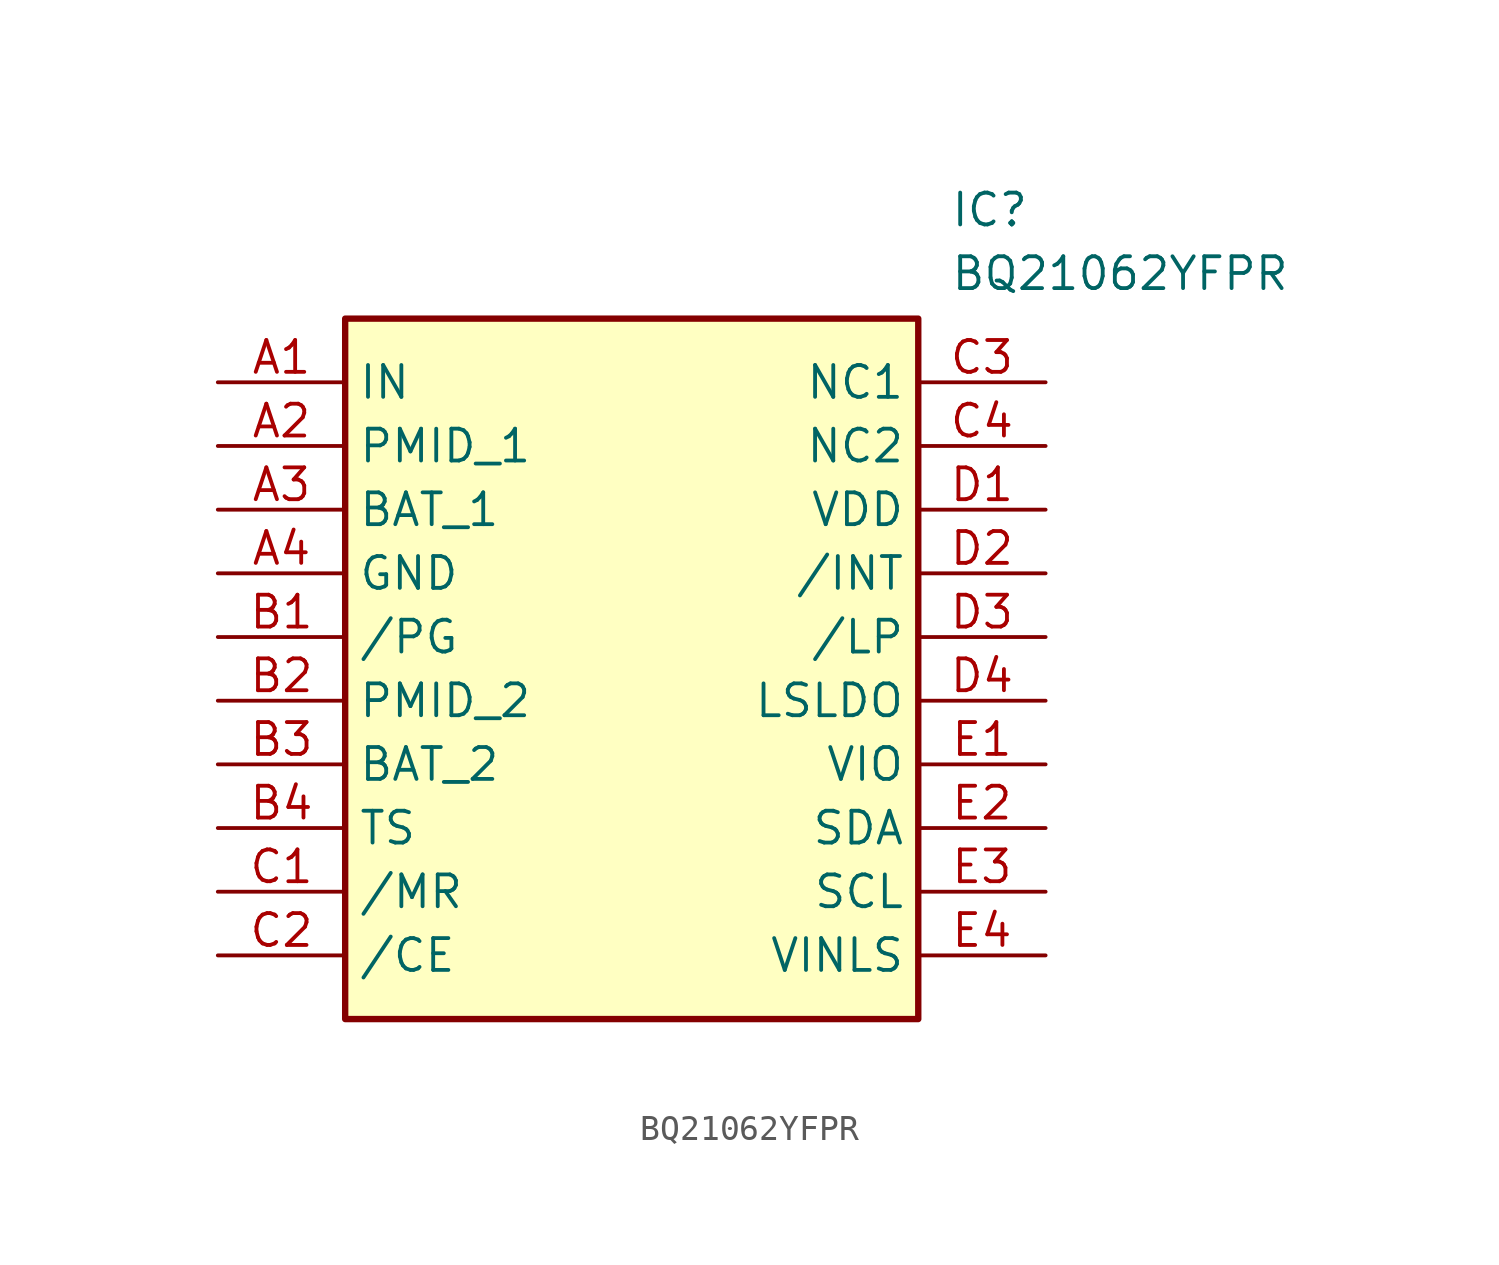
<source format=kicad_sym>
(kicad_symbol_lib
  (version 20211014)
  (generator SamacSys_ECAD_Model)
  (symbol "BQ21062YFPR"
    (property "Reference" "IC"
      (at 29.21 7.62 0)
      (effects (font (size 1.27 1.27)) (justify left top)))
    (property "Value" "BQ21062YFPR"
      (at 29.21 5.08 0)
      (effects (font (size 1.27 1.27)) (justify left top)))
    (rectangle
      (start 5.08 2.54)
      (end 27.94 -25.4)
      (stroke (width 0.254) (type default))
      (fill (type background)))
    (pin passive line
      (at 0 0 0)
      (length 5.08)
      (name "IN" (effects (font (size 1.27 1.27))))
      (number "A1" (effects (font (size 1.27 1.27)))))
    (pin passive line
      (at 0 -2.54 0)
      (length 5.08)
      (name "PMID_1" (effects (font (size 1.27 1.27))))
      (number "A2" (effects (font (size 1.27 1.27)))))
    (pin passive line
      (at 0 -5.08 0)
      (length 5.08)
      (name "BAT_1" (effects (font (size 1.27 1.27))))
      (number "A3" (effects (font (size 1.27 1.27)))))
    (pin passive line
      (at 0 -7.62 0)
      (length 5.08)
      (name "GND" (effects (font (size 1.27 1.27))))
      (number "A4" (effects (font (size 1.27 1.27)))))
    (pin passive line
      (at 0 -10.16 0)
      (length 5.08)
      (name "/PG" (effects (font (size 1.27 1.27))))
      (number "B1" (effects (font (size 1.27 1.27)))))
    (pin passive line
      (at 0 -12.7 0)
      (length 5.08)
      (name "PMID_2" (effects (font (size 1.27 1.27))))
      (number "B2" (effects (font (size 1.27 1.27)))))
    (pin passive line
      (at 0 -15.24 0)
      (length 5.08)
      (name "BAT_2" (effects (font (size 1.27 1.27))))
      (number "B3" (effects (font (size 1.27 1.27)))))
    (pin passive line
      (at 0 -17.78 0)
      (length 5.08)
      (name "TS" (effects (font (size 1.27 1.27))))
      (number "B4" (effects (font (size 1.27 1.27)))))
    (pin passive line
      (at 0 -20.32 0)
      (length 5.08)
      (name "/MR" (effects (font (size 1.27 1.27))))
      (number "C1" (effects (font (size 1.27 1.27)))))
    (pin passive line
      (at 0 -22.86 0)
      (length 5.08)
      (name "/CE" (effects (font (size 1.27 1.27))))
      (number "C2" (effects (font (size 1.27 1.27)))))
    (pin passive line
      (at 33.02 0 180)
      (length 5.08)
      (name "NC1" (effects (font (size 1.27 1.27))))
      (number "C3" (effects (font (size 1.27 1.27)))))
    (pin passive line
      (at 33.02 -2.54 180)
      (length 5.08)
      (name "NC2" (effects (font (size 1.27 1.27))))
      (number "C4" (effects (font (size 1.27 1.27)))))
    (pin passive line
      (at 33.02 -5.08 180)
      (length 5.08)
      (name "VDD" (effects (font (size 1.27 1.27))))
      (number "D1" (effects (font (size 1.27 1.27)))))
    (pin passive line
      (at 33.02 -7.62 180)
      (length 5.08)
      (name "/INT" (effects (font (size 1.27 1.27))))
      (number "D2" (effects (font (size 1.27 1.27)))))
    (pin passive line
      (at 33.02 -10.16 180)
      (length 5.08)
      (name "/LP" (effects (font (size 1.27 1.27))))
      (number "D3" (effects (font (size 1.27 1.27)))))
    (pin passive line
      (at 33.02 -12.7 180)
      (length 5.08)
      (name "LSLDO" (effects (font (size 1.27 1.27))))
      (number "D4" (effects (font (size 1.27 1.27)))))
    (pin passive line
      (at 33.02 -15.24 180)
      (length 5.08)
      (name "VIO" (effects (font (size 1.27 1.27))))
      (number "E1" (effects (font (size 1.27 1.27)))))
    (pin passive line
      (at 33.02 -17.78 180)
      (length 5.08)
      (name "SDA" (effects (font (size 1.27 1.27))))
      (number "E2" (effects (font (size 1.27 1.27)))))
    (pin passive line
      (at 33.02 -20.32 180)
      (length 5.08)
      (name "SCL" (effects (font (size 1.27 1.27))))
      (number "E3" (effects (font (size 1.27 1.27)))))
    (pin passive line
      (at 33.02 -22.86 180)
      (length 5.08)
      (name "VINLS" (effects (font (size 1.27 1.27))))
      (number "E4" (effects (font (size 1.27 1.27)))))))
</source>
